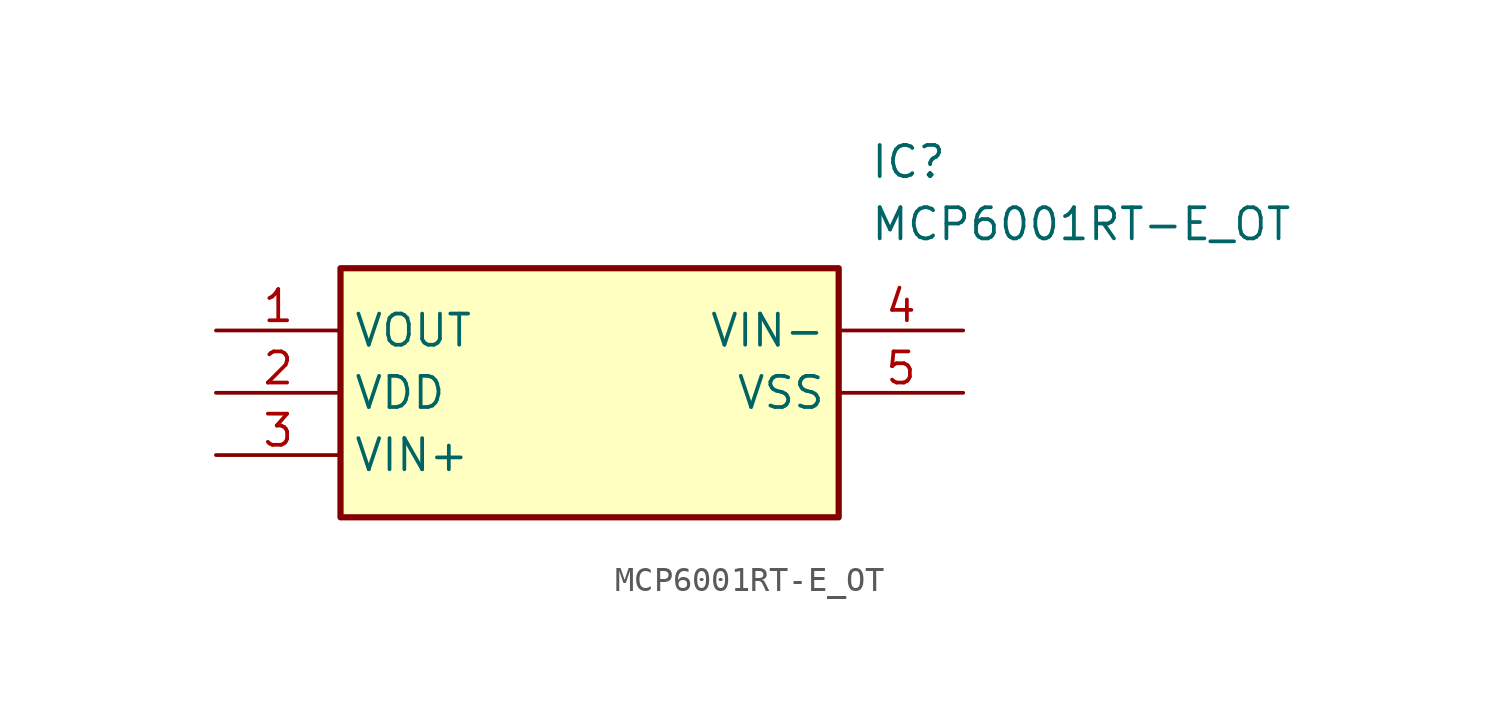
<source format=kicad_sym>
(kicad_symbol_lib
  (version 20211014)
  (generator SamacSys_ECAD_Model)
  (symbol "MCP6001RT-E_OT"
    (property "Reference" "IC"
      (at 26.67 7.62 0)
      (effects (font (size 1.27 1.27)) (justify left top)))
    (property "Value" "MCP6001RT-E_OT"
      (at 26.67 5.08 0)
      (effects (font (size 1.27 1.27)) (justify left top)))
    (rectangle
      (start 5.08 2.54)
      (end 25.4 -7.62)
      (stroke (width 0.254) (type default))
      (fill (type background)))
    (pin passive line
      (at 0 0 0)
      (length 5.08)
      (name "VOUT" (effects (font (size 1.27 1.27))))
      (number "1" (effects (font (size 1.27 1.27)))))
    (pin passive line
      (at 0 -2.54 0)
      (length 5.08)
      (name "VDD" (effects (font (size 1.27 1.27))))
      (number "2" (effects (font (size 1.27 1.27)))))
    (pin passive line
      (at 0 -5.08 0)
      (length 5.08)
      (name "VIN+" (effects (font (size 1.27 1.27))))
      (number "3" (effects (font (size 1.27 1.27)))))
    (pin passive line
      (at 30.48 0 180)
      (length 5.08)
      (name "VIN-" (effects (font (size 1.27 1.27))))
      (number "4" (effects (font (size 1.27 1.27)))))
    (pin passive line
      (at 30.48 -2.54 180)
      (length 5.08)
      (name "VSS" (effects (font (size 1.27 1.27))))
      (number "5" (effects (font (size 1.27 1.27)))))))
</source>
